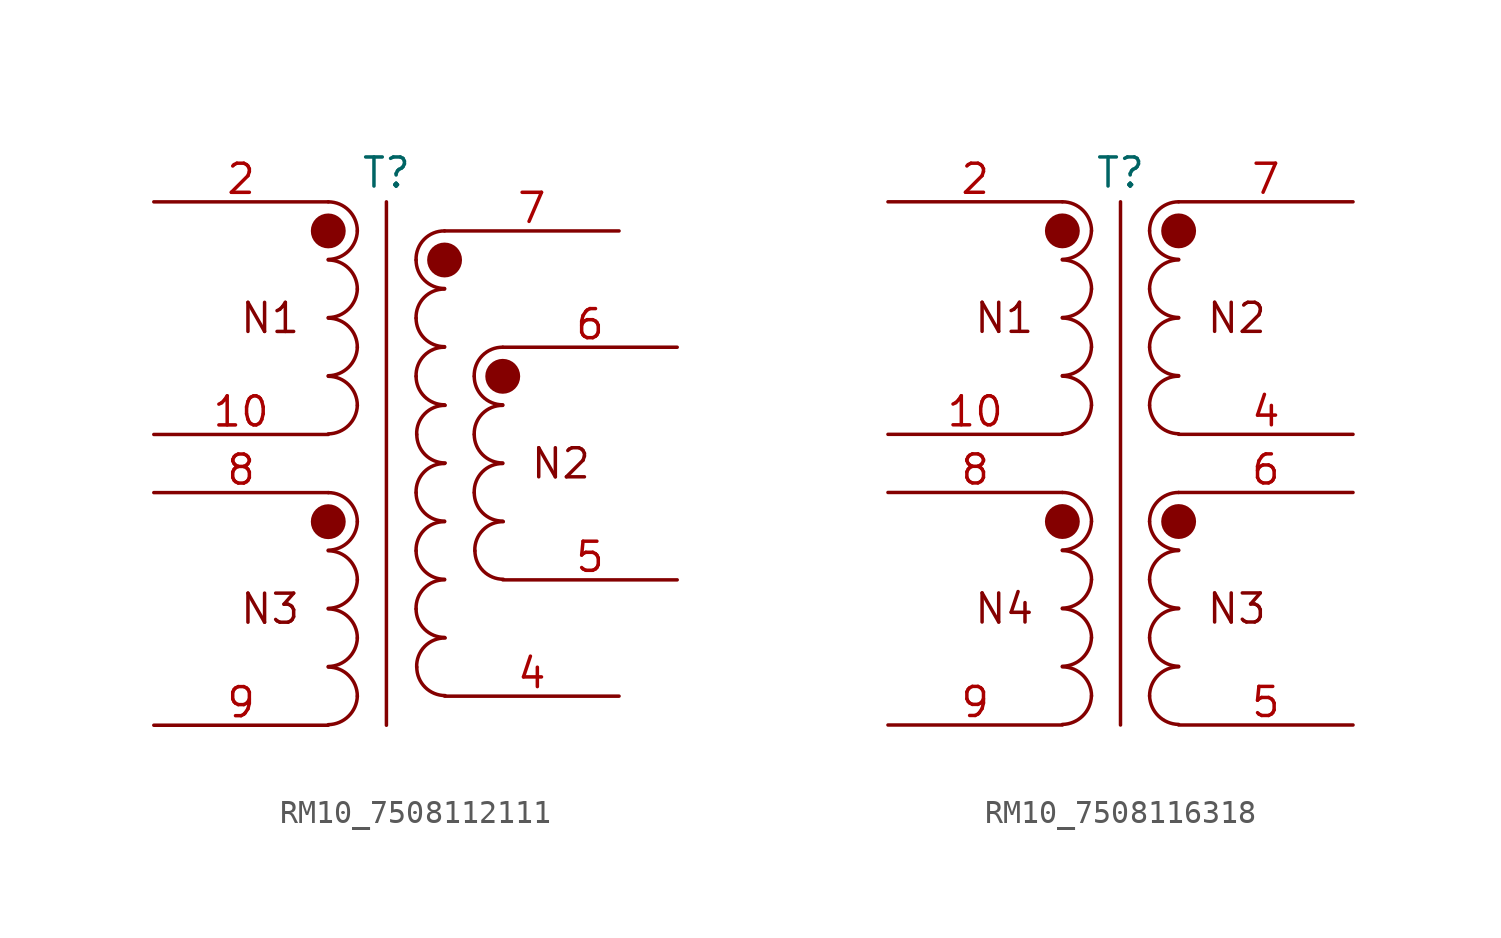
<source format=kicad_sym>
(kicad_symbol_lib
  (version 20220914)
  (generator kicad_symbol_editor)
  (symbol "RM10_7508112111"
    (pin_names hide)
    (property "Reference" "T"
      (at 0 12.7 0)
      (effects (font (size 1.27 1.27))))
    (symbol "RM10_7508112111_0_1"
      (arc (start -2.54 -11.4046) (mid -1.6561 -11.0363) (end -1.27 -10.16) (stroke (width 0) (type default)) (fill (type none)))
      (arc (start -2.54 -8.8646) (mid -1.6561 -8.4963) (end -1.27 -7.62) (stroke (width 0) (type default)) (fill (type none)))
      (arc (start -2.54 -6.3246) (mid -1.6561 -5.9563) (end -1.27 -5.08) (stroke (width 0) (type default)) (fill (type none)))
      (arc (start -2.54 -3.7846) (mid -1.6561 -3.4163) (end -1.27 -2.54) (stroke (width 0) (type default)) (fill (type none)))
      (arc (start -2.54 1.2954) (mid -1.6561 1.6637) (end -1.27 2.54) (stroke (width 0) (type default)) (fill (type none)))
      (arc (start -2.54 3.8354) (mid -1.6561 4.2037) (end -1.27 5.08) (stroke (width 0) (type default)) (fill (type none)))
      (arc (start -2.54 6.3754) (mid -1.6561 6.7437) (end -1.27 7.62) (stroke (width 0) (type default)) (fill (type none)))
      (arc (start -2.54 8.9154) (mid -1.6561 9.2837) (end -1.27 10.16) (stroke (width 0) (type default)) (fill (type none)))
      (arc (start -1.27 -10.16) (mid -1.642 -9.262) (end -2.54 -8.89) (stroke (width 0) (type default)) (fill (type none)))
      (arc (start -1.27 -7.62) (mid -1.642 -6.722) (end -2.54 -6.35) (stroke (width 0) (type default)) (fill (type none)))
      (arc (start -1.27 -5.08) (mid -1.642 -4.182) (end -2.54 -3.81) (stroke (width 0) (type default)) (fill (type none)))
      (arc (start -1.27 -2.54) (mid -1.642 -1.642) (end -2.54 -1.27) (stroke (width 0) (type default)) (fill (type none)))
      (arc (start -1.27 2.54) (mid -1.642 3.438) (end -2.54 3.81) (stroke (width 0) (type default)) (fill (type none)))
      (arc (start -1.27 5.08) (mid -1.642 5.978) (end -2.54 6.35) (stroke (width 0) (type default)) (fill (type none)))
      (arc (start -1.27 7.62) (mid -1.642 8.518) (end -2.54 8.89) (stroke (width 0) (type default)) (fill (type none)))
      (arc (start -1.27 10.16) (mid -1.642 11.058) (end -2.54 11.43) (stroke (width 0) (type default)) (fill (type none)))
      (polyline (pts (xy 0 11.43) (xy 0 -11.43)) (stroke (width 0) (type default)) (fill (type none)))
      (arc (start 1.2954 -6.35) (mid 1.6599 -7.2301) (end 2.54 -7.5946) (stroke (width 0) (type default)) (fill (type none)))
      (arc (start 1.2954 -3.81) (mid 1.6599 -4.6901) (end 2.54 -5.0546) (stroke (width 0) (type default)) (fill (type none)))
      (arc (start 1.2954 -1.27) (mid 1.6599 -2.1501) (end 2.54 -2.5146) (stroke (width 0) (type default)) (fill (type none)))
      (arc (start 1.2954 3.81) (mid 1.6599 2.9299) (end 2.54 2.5654) (stroke (width 0) (type default)) (fill (type none)))
      (arc (start 1.2954 6.35) (mid 1.6599 5.4699) (end 2.54 5.1054) (stroke (width 0) (type default)) (fill (type none)))
      (arc (start 1.2954 8.89) (mid 1.6599 8.0099) (end 2.54 7.6454) (stroke (width 0) (type default)) (fill (type none)))
      (arc (start 1.3208 -8.89) (mid 1.6853 -9.7703) (end 2.5654 -10.1346) (stroke (width 0) (type default)) (fill (type none)))
      (arc (start 1.3208 1.27) (mid 1.6853 0.3897) (end 2.5654 0.0254) (stroke (width 0) (type default)) (fill (type none)))
      (arc (start 2.54 -5.08) (mid 1.6458 -5.4485) (end 1.2954 -6.35) (stroke (width 0) (type default)) (fill (type none)))
      (arc (start 2.54 -2.54) (mid 1.6458 -2.9085) (end 1.2954 -3.81) (stroke (width 0) (type default)) (fill (type none)))
      (arc (start 2.54 0) (mid 1.6458 -0.3685) (end 1.2954 -1.27) (stroke (width 0) (type default)) (fill (type none)))
      (arc (start 2.54 5.08) (mid 1.6458 4.7115) (end 1.2954 3.81) (stroke (width 0) (type default)) (fill (type none)))
      (arc (start 2.54 7.62) (mid 1.6458 7.2515) (end 1.2954 6.35) (stroke (width 0) (type default)) (fill (type none)))
      (arc (start 2.54 10.16) (mid 1.6458 9.7915) (end 1.2954 8.89) (stroke (width 0) (type default)) (fill (type none)))
      (arc (start 2.5654 -7.62) (mid 1.6709 -7.9883) (end 1.3208 -8.89) (stroke (width 0) (type default)) (fill (type none)))
      (arc (start 2.5654 2.54) (mid 1.6709 2.1717) (end 1.3208 1.27) (stroke (width 0) (type default)) (fill (type none)))
      (arc (start 3.8354 -1.27) (mid 4.1999 -2.1501) (end 5.08 -2.5146) (stroke (width 0) (type default)) (fill (type none)))
      (arc (start 3.8354 1.27) (mid 4.1999 0.3899) (end 5.08 0.0254) (stroke (width 0) (type default)) (fill (type none)))
      (arc (start 3.8354 3.81) (mid 4.1999 2.9299) (end 5.08 2.5654) (stroke (width 0) (type default)) (fill (type none)))
      (arc (start 3.8608 -3.81) (mid 4.2254 -4.6899) (end 5.1054 -5.0546) (stroke (width 0) (type default)) (fill (type none)))
      (arc (start 5.08 0) (mid 4.1858 -0.3685) (end 3.8354 -1.27) (stroke (width 0) (type default)) (fill (type none)))
      (arc (start 5.08 2.54) (mid 4.1858 2.1715) (end 3.8354 1.27) (stroke (width 0) (type default)) (fill (type none)))
      (arc (start 5.08 5.08) (mid 4.1858 4.7115) (end 3.8354 3.81) (stroke (width 0) (type default)) (fill (type none)))
      (arc (start 5.1054 -2.54) (mid 4.2109 -2.9083) (end 3.8608 -3.81) (stroke (width 0) (type default)) (fill (type none))))
    (symbol "RM10_7508112111_1_1"
      (circle (center -2.54 -2.54) (radius 0.0001) (stroke (width 0.762) (type default)) (fill (type none)))
      (circle (center -2.54 10.16) (radius 0.0001) (stroke (width 0.762) (type default)) (fill (type none)))
      (circle (center 2.54 8.89) (radius 0.0001) (stroke (width 0.762) (type default)) (fill (type none)))
      (circle (center 5.08 3.81) (radius 0.0001) (stroke (width 0.762) (type default)) (fill (type none)))
      (text "N1" (at -5.08 6.35 0) (effects (font (size 1.27 1.27))))
      (text "N2" (at 7.62 0 0) (effects (font (size 1.27 1.27))))
      (text "N3" (at -5.08 -6.35 0) (effects (font (size 1.27 1.27))))
      (pin passive line (at -10.16 1.27 0) (length 7.62) (name "10" (effects (font (size 1.27 1.27)))) (number "10" (effects (font (size 1.27 1.27)))))
      (pin passive line (at -10.16 11.43 0) (length 7.62) (name "2" (effects (font (size 1.27 1.27)))) (number "2" (effects (font (size 1.27 1.27)))))
      (pin passive line (at 10.16 -10.16 180) (length 7.62) (name "4" (effects (font (size 1.27 1.27)))) (number "4" (effects (font (size 1.27 1.27)))))
      (pin passive line (at 12.7 -5.08 180) (length 7.62) (name "5" (effects (font (size 1.27 1.27)))) (number "5" (effects (font (size 1.27 1.27)))))
      (pin passive line (at 12.7 5.08 180) (length 7.62) (name "6" (effects (font (size 1.27 1.27)))) (number "6" (effects (font (size 1.27 1.27)))))
      (pin passive line (at 10.16 10.16 180) (length 7.62) (name "7" (effects (font (size 1.27 1.27)))) (number "7" (effects (font (size 1.27 1.27)))))
      (pin passive line (at -10.16 -1.27 0) (length 7.62) (name "8" (effects (font (size 1.27 1.27)))) (number "8" (effects (font (size 1.27 1.27)))))
      (pin passive line (at -10.16 -11.43 0) (length 7.62) (name "9" (effects (font (size 1.27 1.27)))) (number "9" (effects (font (size 1.27 1.27)))))))
  (symbol "RM10_7508116318"
    (pin_names hide)
    (property "Reference" "T"
      (at 0 12.7 0)
      (effects (font (size 1.27 1.27))))
    (symbol "RM10_7508116318_0_1"
      (arc (start -2.54 -11.4046) (mid -1.6561 -11.0363) (end -1.27 -10.16) (stroke (width 0) (type default)) (fill (type none)))
      (arc (start -2.54 -8.8646) (mid -1.6561 -8.4963) (end -1.27 -7.62) (stroke (width 0) (type default)) (fill (type none)))
      (arc (start -2.54 -6.3246) (mid -1.6561 -5.9563) (end -1.27 -5.08) (stroke (width 0) (type default)) (fill (type none)))
      (arc (start -2.54 -3.7846) (mid -1.6561 -3.4163) (end -1.27 -2.54) (stroke (width 0) (type default)) (fill (type none)))
      (arc (start -2.54 1.2954) (mid -1.6561 1.6637) (end -1.27 2.54) (stroke (width 0) (type default)) (fill (type none)))
      (arc (start -2.54 3.8354) (mid -1.6561 4.2037) (end -1.27 5.08) (stroke (width 0) (type default)) (fill (type none)))
      (arc (start -2.54 6.3754) (mid -1.6561 6.7437) (end -1.27 7.62) (stroke (width 0) (type default)) (fill (type none)))
      (arc (start -2.54 8.9154) (mid -1.6561 9.2837) (end -1.27 10.16) (stroke (width 0) (type default)) (fill (type none)))
      (arc (start -1.27 -10.16) (mid -1.642 -9.262) (end -2.54 -8.89) (stroke (width 0) (type default)) (fill (type none)))
      (arc (start -1.27 -7.62) (mid -1.642 -6.722) (end -2.54 -6.35) (stroke (width 0) (type default)) (fill (type none)))
      (arc (start -1.27 -5.08) (mid -1.642 -4.182) (end -2.54 -3.81) (stroke (width 0) (type default)) (fill (type none)))
      (arc (start -1.27 -2.54) (mid -1.642 -1.642) (end -2.54 -1.27) (stroke (width 0) (type default)) (fill (type none)))
      (arc (start -1.27 2.54) (mid -1.642 3.438) (end -2.54 3.81) (stroke (width 0) (type default)) (fill (type none)))
      (arc (start -1.27 5.08) (mid -1.642 5.978) (end -2.54 6.35) (stroke (width 0) (type default)) (fill (type none)))
      (arc (start -1.27 7.62) (mid -1.642 8.518) (end -2.54 8.89) (stroke (width 0) (type default)) (fill (type none)))
      (arc (start -1.27 10.16) (mid -1.642 11.058) (end -2.54 11.43) (stroke (width 0) (type default)) (fill (type none)))
      (polyline (pts (xy 0 -11.43) (xy 0 11.43)) (stroke (width 0) (type default)) (fill (type none)))
      (arc (start 1.27 -10.16) (mid 1.6561 -11.0363) (end 2.54 -11.4046) (stroke (width 0) (type default)) (fill (type none)))
      (arc (start 1.27 -7.62) (mid 1.6561 -8.4963) (end 2.54 -8.8646) (stroke (width 0) (type default)) (fill (type none)))
      (arc (start 1.27 -5.08) (mid 1.6561 -5.9563) (end 2.54 -6.3246) (stroke (width 0) (type default)) (fill (type none)))
      (arc (start 1.27 -2.54) (mid 1.6561 -3.4163) (end 2.54 -3.7846) (stroke (width 0) (type default)) (fill (type none)))
      (arc (start 1.27 2.54) (mid 1.6561 1.6637) (end 2.54 1.2954) (stroke (width 0) (type default)) (fill (type none)))
      (arc (start 1.27 5.08) (mid 1.6561 4.2037) (end 2.54 3.8354) (stroke (width 0) (type default)) (fill (type none)))
      (arc (start 1.27 7.62) (mid 1.6561 6.7437) (end 2.54 6.3754) (stroke (width 0) (type default)) (fill (type none)))
      (arc (start 1.27 10.16) (mid 1.6561 9.2837) (end 2.54 8.9154) (stroke (width 0) (type default)) (fill (type none)))
      (arc (start 2.54 -8.89) (mid 1.642 -9.262) (end 1.27 -10.16) (stroke (width 0) (type default)) (fill (type none)))
      (arc (start 2.54 -6.35) (mid 1.642 -6.722) (end 1.27 -7.62) (stroke (width 0) (type default)) (fill (type none)))
      (arc (start 2.54 -3.81) (mid 1.642 -4.182) (end 1.27 -5.08) (stroke (width 0) (type default)) (fill (type none)))
      (arc (start 2.54 -1.27) (mid 1.642 -1.642) (end 1.27 -2.54) (stroke (width 0) (type default)) (fill (type none)))
      (arc (start 2.54 3.81) (mid 1.642 3.438) (end 1.27 2.54) (stroke (width 0) (type default)) (fill (type none)))
      (arc (start 2.54 6.35) (mid 1.642 5.978) (end 1.27 5.08) (stroke (width 0) (type default)) (fill (type none)))
      (arc (start 2.54 8.89) (mid 1.642 8.518) (end 1.27 7.62) (stroke (width 0) (type default)) (fill (type none)))
      (arc (start 2.54 11.43) (mid 1.642 11.058) (end 1.27 10.16) (stroke (width 0) (type default)) (fill (type none))))
    (symbol "RM10_7508116318_1_1"
      (circle (center -2.54 -2.54) (radius 0.0001) (stroke (width 0.762) (type default)) (fill (type none)))
      (circle (center -2.54 10.16) (radius 0.0001) (stroke (width 0.762) (type default)) (fill (type none)))
      (circle (center 2.54 -2.54) (radius 0.0001) (stroke (width 0.762) (type default)) (fill (type none)))
      (circle (center 2.54 10.16) (radius 0.0001) (stroke (width 0.762) (type default)) (fill (type none)))
      (text "N1" (at -5.08 6.35 0) (effects (font (size 1.27 1.27))))
      (text "N2" (at 5.08 6.35 0) (effects (font (size 1.27 1.27))))
      (text "N3" (at 5.08 -6.35 0) (effects (font (size 1.27 1.27))))
      (text "N4" (at -5.08 -6.35 0) (effects (font (size 1.27 1.27))))
      (pin passive line (at -10.16 1.27 0) (length 7.62) (name "10" (effects (font (size 1.27 1.27)))) (number "10" (effects (font (size 1.27 1.27)))))
      (pin passive line (at -10.16 11.43 0) (length 7.62) (name "2" (effects (font (size 1.27 1.27)))) (number "2" (effects (font (size 1.27 1.27)))))
      (pin passive line (at 10.16 1.27 180) (length 7.62) (name "4" (effects (font (size 1.27 1.27)))) (number "4" (effects (font (size 1.27 1.27)))))
      (pin passive line (at 10.16 -11.43 180) (length 7.62) (name "5" (effects (font (size 1.27 1.27)))) (number "5" (effects (font (size 1.27 1.27)))))
      (pin passive line (at 10.16 -1.27 180) (length 7.62) (name "6" (effects (font (size 1.27 1.27)))) (number "6" (effects (font (size 1.27 1.27)))))
      (pin passive line (at 10.16 11.43 180) (length 7.62) (name "7" (effects (font (size 1.27 1.27)))) (number "7" (effects (font (size 1.27 1.27)))))
      (pin passive line (at -10.16 -1.27 0) (length 7.62) (name "8" (effects (font (size 1.27 1.27)))) (number "8" (effects (font (size 1.27 1.27)))))
      (pin passive line (at -10.16 -11.43 0) (length 7.62) (name "9" (effects (font (size 1.27 1.27)))) (number "9" (effects (font (size 1.27 1.27))))))))
</source>
